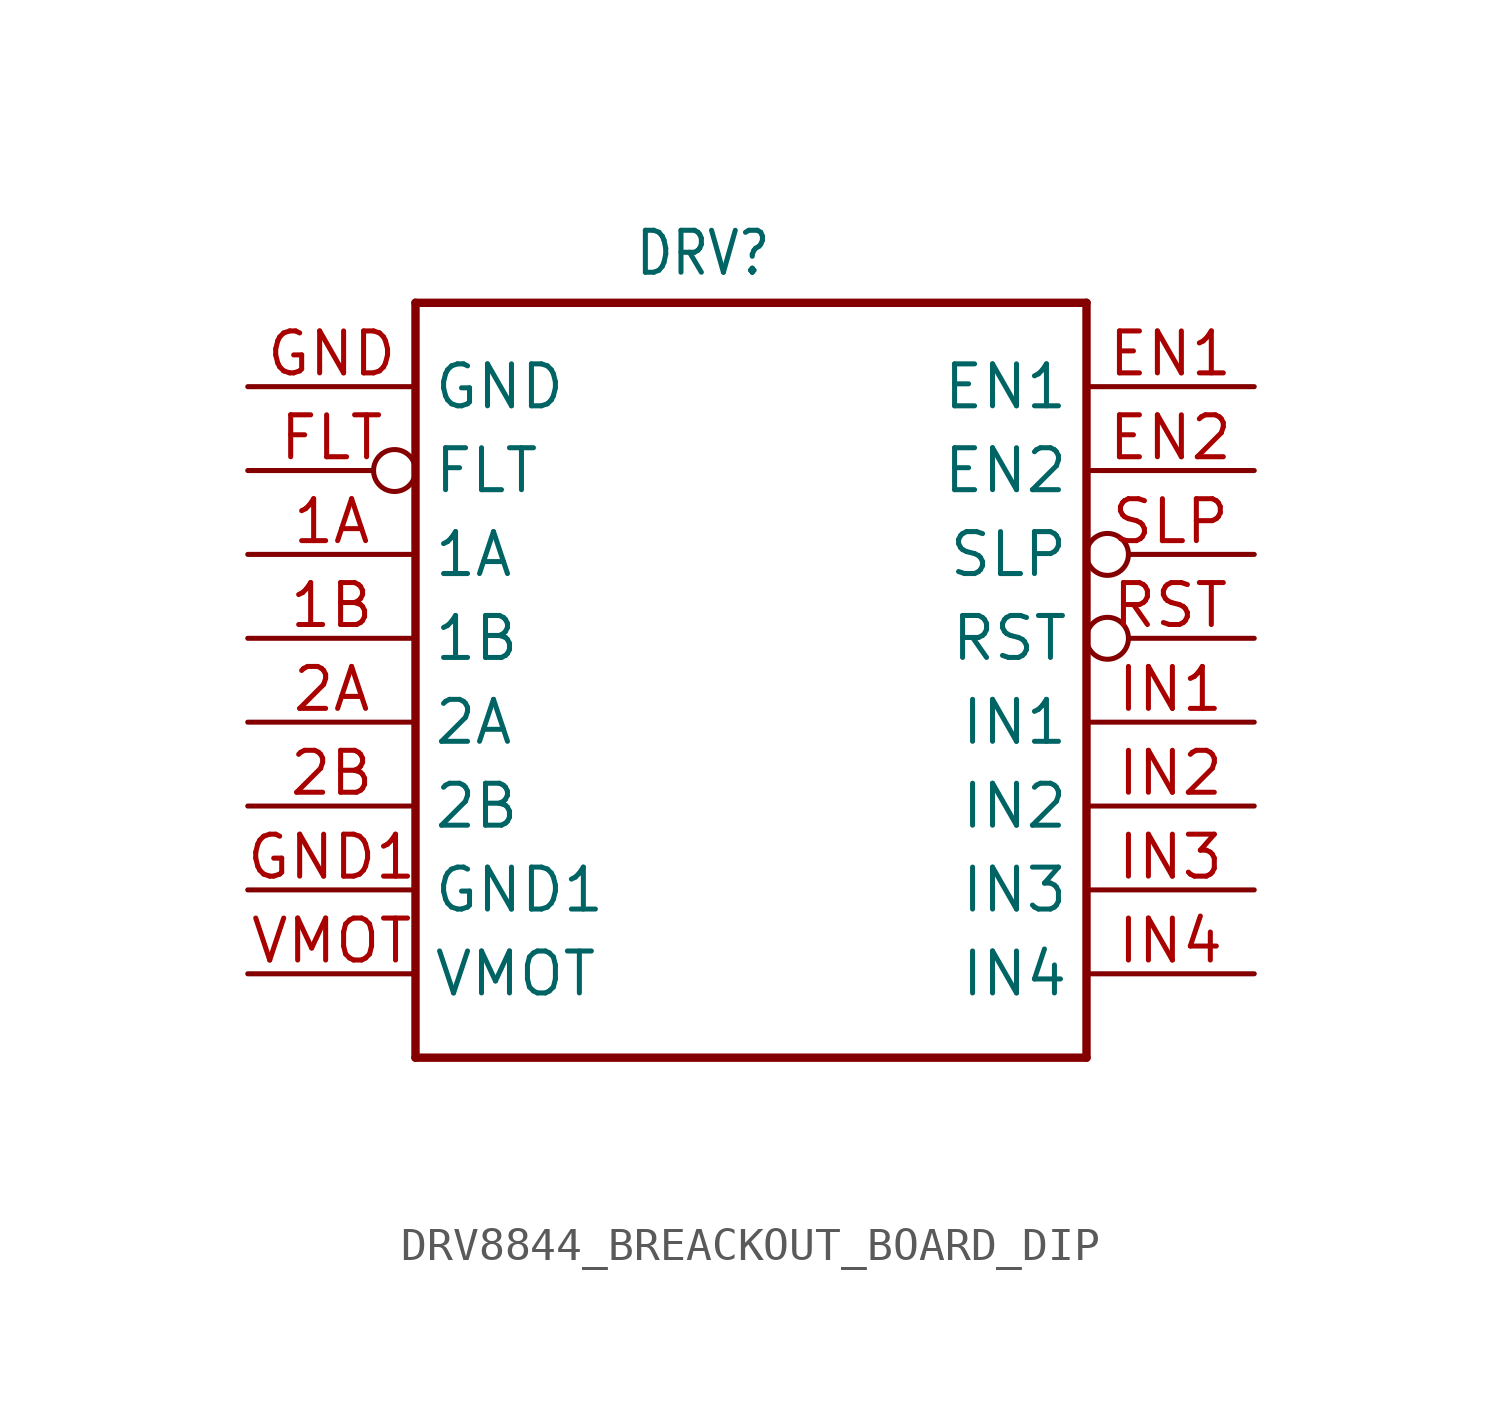
<source format=kicad_sym>
(kicad_symbol_lib
  (version 20231120)
  (generator "kicad_symbol_editor")
  (generator_version "8.0")
  (symbol "DRV8844_BREACKOUT_BOARD_DIP"
    (property "Reference" "DRV"
      (at -3.556 10.922 0)
      (effects (font (size 1.27 1.079)) (justify left bottom)))
    (property "Value" ""
      (at -4.572 -14.732 0)
      (effects (font (size 1.27 1.079)) (justify left bottom)))
    (property "ki_locked" ""
      (at 0 0 0)
      (effects (font (size 1.27 1.27))))
    (symbol "DRV8844_BREACKOUT_BOARD_DIP_1_0"
      (polyline (pts (xy -10.16 -12.7) (xy -10.16 10.16)) (stroke (width 0.254) (type solid)) (fill (type none)))
      (polyline (pts (xy -10.16 10.16) (xy 10.16 10.16)) (stroke (width 0.254) (type solid)) (fill (type none)))
      (polyline (pts (xy 10.16 -12.7) (xy -10.16 -12.7)) (stroke (width 0.254) (type solid)) (fill (type none)))
      (polyline (pts (xy 10.16 10.16) (xy 10.16 -12.7)) (stroke (width 0.254) (type solid)) (fill (type none)))
      (pin output line (at -15.24 2.54 0) (length 5.08) (name "1A" (effects (font (size 1.27 1.27)))) (number "1A" (effects (font (size 1.27 1.27)))))
      (pin output line (at -15.24 0 0) (length 5.08) (name "1B" (effects (font (size 1.27 1.27)))) (number "1B" (effects (font (size 1.27 1.27)))))
      (pin output line (at -15.24 -2.54 0) (length 5.08) (name "2A" (effects (font (size 1.27 1.27)))) (number "2A" (effects (font (size 1.27 1.27)))))
      (pin output line (at -15.24 -5.08 0) (length 5.08) (name "2B" (effects (font (size 1.27 1.27)))) (number "2B" (effects (font (size 1.27 1.27)))))
      (pin input line (at 15.24 7.62 180) (length 5.08) (name "EN1" (effects (font (size 1.27 1.27)))) (number "EN1" (effects (font (size 1.27 1.27)))))
      (pin input line (at 15.24 5.08 180) (length 5.08) (name "EN2" (effects (font (size 1.27 1.27)))) (number "EN2" (effects (font (size 1.27 1.27)))))
      (pin output inverted (at -15.24 5.08 0) (length 5.08) (name "FLT" (effects (font (size 1.27 1.27)))) (number "FLT" (effects (font (size 1.27 1.27)))))
      (pin power_in line (at -15.24 7.62 0) (length 5.08) (name "GND" (effects (font (size 1.27 1.27)))) (number "GND" (effects (font (size 1.27 1.27)))))
      (pin power_in line (at -15.24 -7.62 0) (length 5.08) (name "GND1" (effects (font (size 1.27 1.27)))) (number "GND1" (effects (font (size 1.27 1.27)))))
      (pin input line (at 15.24 -2.54 180) (length 5.08) (name "IN1" (effects (font (size 1.27 1.27)))) (number "IN1" (effects (font (size 1.27 1.27)))))
      (pin input line (at 15.24 -5.08 180) (length 5.08) (name "IN2" (effects (font (size 1.27 1.27)))) (number "IN2" (effects (font (size 1.27 1.27)))))
      (pin input line (at 15.24 -7.62 180) (length 5.08) (name "IN3" (effects (font (size 1.27 1.27)))) (number "IN3" (effects (font (size 1.27 1.27)))))
      (pin input line (at 15.24 -10.16 180) (length 5.08) (name "IN4" (effects (font (size 1.27 1.27)))) (number "IN4" (effects (font (size 1.27 1.27)))))
      (pin input inverted (at 15.24 0 180) (length 5.08) (name "RST" (effects (font (size 1.27 1.27)))) (number "RST" (effects (font (size 1.27 1.27)))))
      (pin input inverted (at 15.24 2.54 180) (length 5.08) (name "SLP" (effects (font (size 1.27 1.27)))) (number "SLP" (effects (font (size 1.27 1.27)))))
      (pin power_in line (at -15.24 -10.16 0) (length 5.08) (name "VMOT" (effects (font (size 1.27 1.27)))) (number "VMOT" (effects (font (size 1.27 1.27))))))))
</source>
